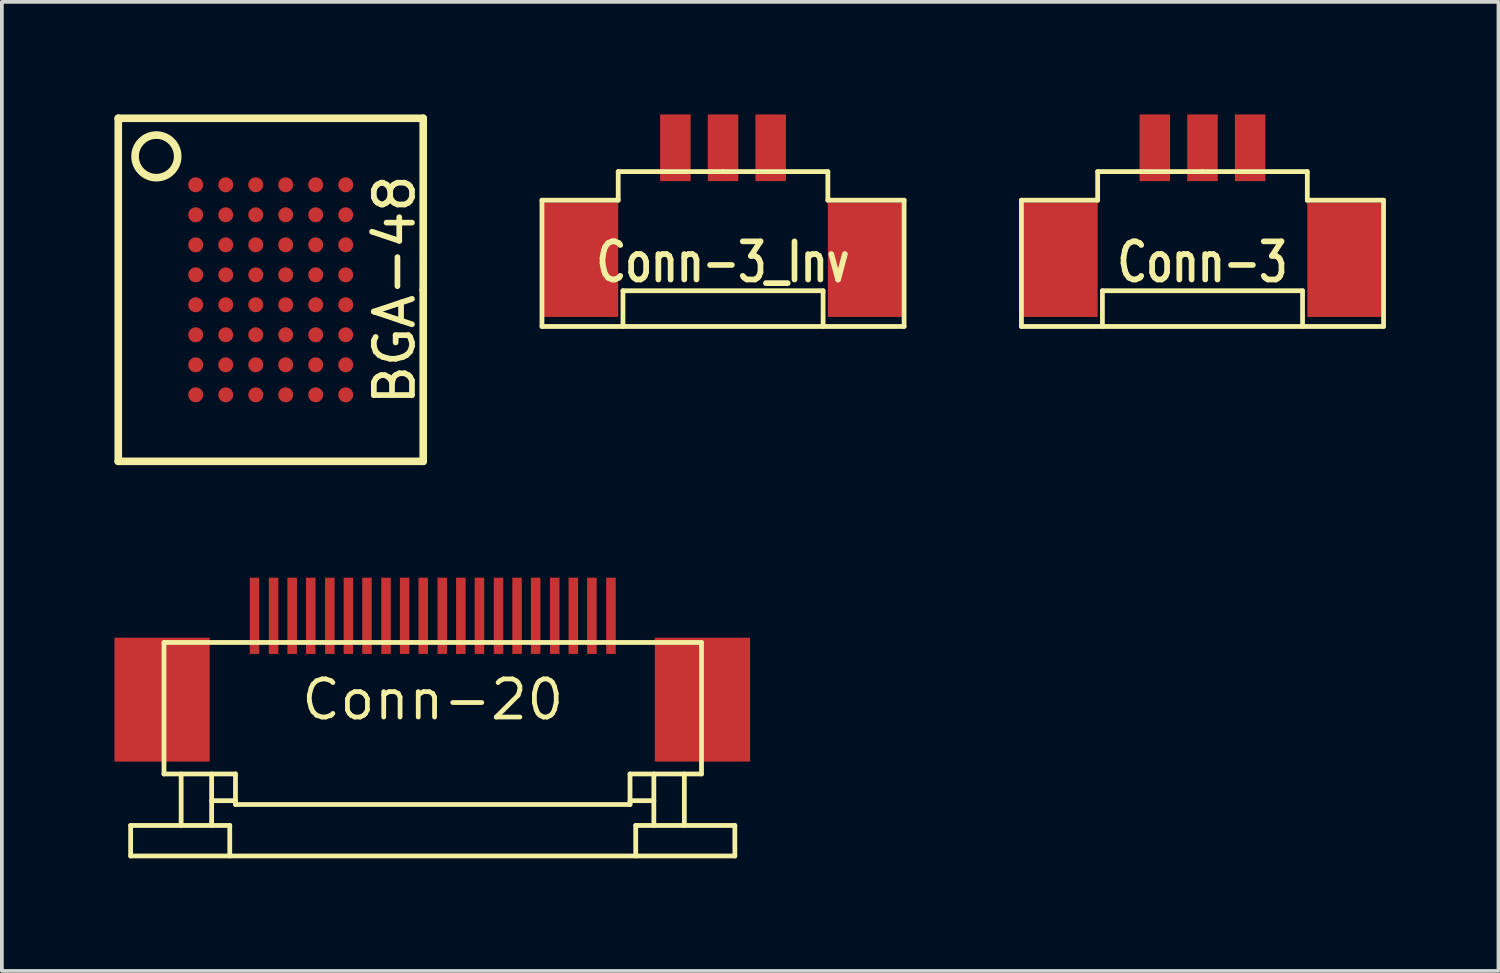
<source format=kicad_pcb>
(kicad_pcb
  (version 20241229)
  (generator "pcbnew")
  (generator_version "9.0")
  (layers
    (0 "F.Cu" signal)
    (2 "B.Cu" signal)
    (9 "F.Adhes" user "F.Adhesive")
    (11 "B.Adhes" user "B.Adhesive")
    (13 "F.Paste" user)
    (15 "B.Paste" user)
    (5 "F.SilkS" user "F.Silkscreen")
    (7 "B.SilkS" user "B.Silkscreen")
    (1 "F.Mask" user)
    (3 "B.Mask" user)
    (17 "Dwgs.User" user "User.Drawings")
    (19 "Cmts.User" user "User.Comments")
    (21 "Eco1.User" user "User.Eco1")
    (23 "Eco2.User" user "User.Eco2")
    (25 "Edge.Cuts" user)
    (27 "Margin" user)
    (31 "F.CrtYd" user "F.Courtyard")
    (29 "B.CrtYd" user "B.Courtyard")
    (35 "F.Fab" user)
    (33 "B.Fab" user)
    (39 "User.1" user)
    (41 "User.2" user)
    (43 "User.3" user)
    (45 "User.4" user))
  (footprint "Conn-3_Inv"
    (layer "F.Cu")
    (at 16.221 4.318)
    (property "Reference" "Conn-3_Inv" (at 0 -0.381 0) (layer "F.SilkS") (effects (font (size 1.016 0.762) (thickness 0.152))))
    (attr smd)
    (fp_line (start -4.826 -2.032) (end -2.794 -2.032) (stroke (width 0.127) (type solid)) (layer "F.SilkS"))
    (fp_line (start -4.826 1.333) (end -4.826 -2.032) (stroke (width 0.127) (type solid)) (layer "F.SilkS"))
    (fp_line (start -2.794 -2.794) (end 0 -2.794) (stroke (width 0.127) (type solid)) (layer "F.SilkS"))
    (fp_line (start -2.794 -2.032) (end -2.794 -2.794) (stroke (width 0.127) (type solid)) (layer "F.SilkS"))
    (fp_line (start -2.667 0.381) (end -2.667 1.333) (stroke (width 0.127) (type solid)) (layer "F.SilkS"))
    (fp_line (start 0 -2.794) (end 2.794 -2.794) (stroke (width 0.127) (type solid)) (layer "F.SilkS"))
    (fp_line (start 2.667 0.381) (end -2.667 0.381) (stroke (width 0.127) (type solid)) (layer "F.SilkS"))
    (fp_line (start 2.667 1.333) (end 2.667 0.381) (stroke (width 0.127) (type solid)) (layer "F.SilkS"))
    (fp_line (start 2.794 -2.794) (end 2.794 -2.032) (stroke (width 0.127) (type solid)) (layer "F.SilkS"))
    (fp_line (start 2.794 -2.032) (end 4.826 -2.032) (stroke (width 0.127) (type solid)) (layer "F.SilkS"))
    (fp_line (start 4.826 -2.032) (end 4.826 1.333) (stroke (width 0.127) (type solid)) (layer "F.SilkS"))
    (fp_line (start 4.826 1.333) (end -4.826 1.333) (stroke (width 0.127) (type solid)) (layer "F.SilkS"))
    (pad "" smd rect (at -3.81 -0.445) (size 2.032 3.048) (layers "F.Cu" "F.Mask" "F.Paste"))
    (pad "" smd rect (at 3.81 -0.445) (size 2.032 3.048) (layers "F.Cu" "F.Mask" "F.Paste"))
    (pad "1" smd rect (at 1.27 -3.429) (size 0.813 1.778) (layers "F.Cu" "F.Mask" "F.Paste"))
    (pad "2" smd rect (at 0 -3.429) (size 0.813 1.778) (layers "F.Cu" "F.Mask" "F.Paste"))
    (pad "3" smd rect (at -1.27 -3.429) (size 0.813 1.778) (layers "F.Cu" "F.Mask" "F.Paste")))
  (footprint "BGA-48"
    (layer "F.Cu")
    (at 4.166 4.674)
    (property "Reference" "BGA-48" (at 3.302 0 90) (layer "F.SilkS") (effects (font (size 1.016 1.016) (thickness 0.152))))
    (attr smd)
    (fp_line (start -4.064 -4.572) (end 4.064 -4.572) (stroke (width 0.203) (type solid)) (layer "F.SilkS"))
    (fp_line (start -4.064 4.572) (end -4.064 -4.572) (stroke (width 0.203) (type solid)) (layer "F.SilkS"))
    (fp_line (start 4.064 -4.572) (end 4.064 0) (stroke (width 0.203) (type solid)) (layer "F.SilkS"))
    (fp_line (start 4.064 0) (end 4.064 4.572) (stroke (width 0.203) (type solid)) (layer "F.SilkS"))
    (fp_line (start 4.064 4.572) (end -4.064 4.572) (stroke (width 0.203) (type solid)) (layer "F.SilkS"))
    (fp_circle (center -3.048 -3.556) (end -3.302 -4.064) (stroke (width 0.203) (type solid)) (fill no) (layer "F.SilkS"))
    (pad "A1" smd circle (at -1.999 -2.799) (size 0.399 0.399) (layers "F.Cu" "F.Mask" "F.Paste"))
    (pad "A2" smd circle (at -1.199 -2.799) (size 0.399 0.399) (layers "F.Cu" "F.Mask" "F.Paste"))
    (pad "A3" smd circle (at -0.399 -2.799) (size 0.399 0.399) (layers "F.Cu" "F.Mask" "F.Paste"))
    (pad "A4" smd circle (at 0.399 -2.799) (size 0.399 0.399) (layers "F.Cu" "F.Mask" "F.Paste"))
    (pad "A5" smd circle (at 1.199 -2.799) (size 0.399 0.399) (layers "F.Cu" "F.Mask" "F.Paste"))
    (pad "A6" smd circle (at 1.999 -2.799) (size 0.399 0.399) (layers "F.Cu" "F.Mask" "F.Paste"))
    (pad "B1" smd circle (at -1.999 -1.999) (size 0.399 0.399) (layers "F.Cu" "F.Mask" "F.Paste"))
    (pad "B2" smd circle (at -1.199 -1.999) (size 0.399 0.399) (layers "F.Cu" "F.Mask" "F.Paste"))
    (pad "B3" smd circle (at -0.399 -1.999) (size 0.399 0.399) (layers "F.Cu" "F.Mask" "F.Paste"))
    (pad "B4" smd circle (at 0.399 -1.999) (size 0.399 0.399) (layers "F.Cu" "F.Mask" "F.Paste"))
    (pad "B5" smd circle (at 1.199 -1.999) (size 0.399 0.399) (layers "F.Cu" "F.Mask" "F.Paste"))
    (pad "B6" smd circle (at 1.999 -1.999) (size 0.399 0.399) (layers "F.Cu" "F.Mask" "F.Paste"))
    (pad "C1" smd circle (at -1.999 -1.199) (size 0.399 0.399) (layers "F.Cu" "F.Mask" "F.Paste"))
    (pad "C2" smd circle (at -1.199 -1.199) (size 0.399 0.399) (layers "F.Cu" "F.Mask" "F.Paste"))
    (pad "C3" smd circle (at -0.399 -1.199) (size 0.399 0.399) (layers "F.Cu" "F.Mask" "F.Paste"))
    (pad "C4" smd circle (at 0.399 -1.199) (size 0.399 0.399) (layers "F.Cu" "F.Mask" "F.Paste"))
    (pad "C5" smd circle (at 1.199 -1.199) (size 0.399 0.399) (layers "F.Cu" "F.Mask" "F.Paste"))
    (pad "C6" smd circle (at 1.999 -1.199) (size 0.399 0.399) (layers "F.Cu" "F.Mask" "F.Paste"))
    (pad "D1" smd circle (at -1.999 -0.399) (size 0.399 0.399) (layers "F.Cu" "F.Mask" "F.Paste"))
    (pad "D2" smd circle (at -1.199 -0.399) (size 0.399 0.399) (layers "F.Cu" "F.Mask" "F.Paste"))
    (pad "D3" smd circle (at -0.399 -0.399) (size 0.399 0.399) (layers "F.Cu" "F.Mask" "F.Paste"))
    (pad "D4" smd circle (at 0.399 -0.399) (size 0.399 0.399) (layers "F.Cu" "F.Mask" "F.Paste"))
    (pad "D5" smd circle (at 1.199 -0.399) (size 0.399 0.399) (layers "F.Cu" "F.Mask" "F.Paste"))
    (pad "D6" smd circle (at 1.999 -0.399) (size 0.399 0.399) (layers "F.Cu" "F.Mask" "F.Paste"))
    (pad "E1" smd circle (at -1.999 0.399) (size 0.399 0.399) (layers "F.Cu" "F.Mask" "F.Paste"))
    (pad "E2" smd circle (at -1.199 0.399) (size 0.399 0.399) (layers "F.Cu" "F.Mask" "F.Paste"))
    (pad "E3" smd circle (at -0.399 0.399) (size 0.399 0.399) (layers "F.Cu" "F.Mask" "F.Paste"))
    (pad "E4" smd circle (at 0.399 0.399) (size 0.399 0.399) (layers "F.Cu" "F.Mask" "F.Paste"))
    (pad "E5" smd circle (at 1.199 0.399) (size 0.399 0.399) (layers "F.Cu" "F.Mask" "F.Paste"))
    (pad "E6" smd circle (at 1.999 0.399) (size 0.399 0.399) (layers "F.Cu" "F.Mask" "F.Paste"))
    (pad "F1" smd circle (at -1.999 1.199) (size 0.399 0.399) (layers "F.Cu" "F.Mask" "F.Paste"))
    (pad "F2" smd circle (at -1.199 1.199) (size 0.399 0.399) (layers "F.Cu" "F.Mask" "F.Paste"))
    (pad "F3" smd circle (at -0.399 1.199) (size 0.399 0.399) (layers "F.Cu" "F.Mask" "F.Paste"))
    (pad "F4" smd circle (at 0.399 1.199) (size 0.399 0.399) (layers "F.Cu" "F.Mask" "F.Paste"))
    (pad "F5" smd circle (at 1.199 1.199) (size 0.399 0.399) (layers "F.Cu" "F.Mask" "F.Paste"))
    (pad "F6" smd circle (at 1.999 1.199) (size 0.399 0.399) (layers "F.Cu" "F.Mask" "F.Paste"))
    (pad "G1" smd circle (at -1.999 1.999) (size 0.399 0.399) (layers "F.Cu" "F.Mask" "F.Paste"))
    (pad "G2" smd circle (at -1.199 1.999) (size 0.399 0.399) (layers "F.Cu" "F.Mask" "F.Paste"))
    (pad "G3" smd circle (at -0.399 1.999) (size 0.399 0.399) (layers "F.Cu" "F.Mask" "F.Paste"))
    (pad "G4" smd circle (at 0.399 1.999) (size 0.399 0.399) (layers "F.Cu" "F.Mask" "F.Paste"))
    (pad "G5" smd circle (at 1.199 1.999) (size 0.399 0.399) (layers "F.Cu" "F.Mask" "F.Paste"))
    (pad "G6" smd circle (at 1.999 1.999) (size 0.399 0.399) (layers "F.Cu" "F.Mask" "F.Paste"))
    (pad "H1" smd circle (at -1.999 2.799) (size 0.399 0.399) (layers "F.Cu" "F.Mask" "F.Paste"))
    (pad "H2" smd circle (at -1.199 2.799) (size 0.399 0.399) (layers "F.Cu" "F.Mask" "F.Paste"))
    (pad "H3" smd circle (at -0.399 2.799) (size 0.399 0.399) (layers "F.Cu" "F.Mask" "F.Paste"))
    (pad "H4" smd circle (at 0.399 2.799) (size 0.399 0.399) (layers "F.Cu" "F.Mask" "F.Paste"))
    (pad "H5" smd circle (at 1.199 2.799) (size 0.399 0.399) (layers "F.Cu" "F.Mask" "F.Paste"))
    (pad "H6" smd circle (at 1.999 2.799) (size 0.399 0.399) (layers "F.Cu" "F.Mask" "F.Paste")))
  (footprint "Conn-20"
    (layer "F.Cu")
    (at 8.484 16.614)
    (property "Reference" "Conn-20" (at 0 -1.016 0) (layer "F.SilkS") (effects (font (size 1.016 1.016) (thickness 0.127))))
    (attr smd)
    (fp_line (start -8.052 2.337) (end -5.41 2.337) (stroke (width 0.127) (type solid)) (layer "F.SilkS"))
    (fp_line (start -8.052 3.15) (end -8.052 2.337) (stroke (width 0.127) (type solid)) (layer "F.SilkS"))
    (fp_line (start -8.052 3.15) (end 8.052 3.15) (stroke (width 0.127) (type solid)) (layer "F.SilkS"))
    (fp_line (start -7.163 -2.54) (end -7.163 0.965) (stroke (width 0.127) (type solid)) (layer "F.SilkS"))
    (fp_line (start -7.163 -2.54) (end 7.163 -2.54) (stroke (width 0.127) (type solid)) (layer "F.SilkS"))
    (fp_line (start -7.163 0.965) (end -5.258 0.965) (stroke (width 0.127) (type solid)) (layer "F.SilkS"))
    (fp_line (start -6.706 0.965) (end -6.706 2.337) (stroke (width 0.127) (type solid)) (layer "F.SilkS"))
    (fp_line (start -5.893 0.965) (end -5.893 2.337) (stroke (width 0.127) (type solid)) (layer "F.SilkS"))
    (fp_line (start -5.41 2.337) (end -5.41 3.15) (stroke (width 0.127) (type solid)) (layer "F.SilkS"))
    (fp_line (start -5.258 0.965) (end -5.258 1.778) (stroke (width 0.127) (type solid)) (layer "F.SilkS"))
    (fp_line (start -5.258 1.676) (end -5.893 1.676) (stroke (width 0.127) (type solid)) (layer "F.SilkS"))
    (fp_line (start -5.258 1.778) (end 5.258 1.778) (stroke (width 0.127) (type solid)) (layer "F.SilkS"))
    (fp_line (start 5.258 0.965) (end 7.163 0.965) (stroke (width 0.127) (type solid)) (layer "F.SilkS"))
    (fp_line (start 5.258 1.676) (end 5.893 1.676) (stroke (width 0.127) (type solid)) (layer "F.SilkS"))
    (fp_line (start 5.258 1.778) (end 5.258 0.965) (stroke (width 0.127) (type solid)) (layer "F.SilkS"))
    (fp_line (start 5.41 2.337) (end 5.41 3.15) (stroke (width 0.127) (type solid)) (layer "F.SilkS"))
    (fp_line (start 5.893 0.965) (end 5.893 2.337) (stroke (width 0.127) (type solid)) (layer "F.SilkS"))
    (fp_line (start 6.706 0.965) (end 6.706 2.337) (stroke (width 0.127) (type solid)) (layer "F.SilkS"))
    (fp_line (start 7.163 0.965) (end 7.163 -2.54) (stroke (width 0.127) (type solid)) (layer "F.SilkS"))
    (fp_line (start 8.052 2.337) (end 5.41 2.337) (stroke (width 0.127) (type solid)) (layer "F.SilkS"))
    (fp_line (start 8.052 3.15) (end 8.052 2.337) (stroke (width 0.127) (type solid)) (layer "F.SilkS"))
    (pad "" smd rect (at -7.214 -1.016) (size 2.54 3.302) (layers "F.Cu" "F.Mask" "F.Paste"))
    (pad "" smd rect (at 7.188 -1.016) (size 2.54 3.302) (layers "F.Cu" "F.Mask" "F.Paste"))
    (pad "1" smd rect (at -4.75 -3.251) (size 0.254 2.032) (layers "F.Cu" "F.Mask" "F.Paste"))
    (pad "2" smd rect (at -4.242 -3.251) (size 0.254 2.032) (layers "F.Cu" "F.Mask" "F.Paste"))
    (pad "3" smd rect (at -3.747 -3.251) (size 0.254 2.032) (layers "F.Cu" "F.Mask" "F.Paste"))
    (pad "4" smd rect (at -3.251 -3.251) (size 0.254 2.032) (layers "F.Cu" "F.Mask" "F.Paste"))
    (pad "5" smd rect (at -2.743 -3.251) (size 0.254 2.032) (layers "F.Cu" "F.Mask" "F.Paste"))
    (pad "6" smd rect (at -2.248 -3.251) (size 0.254 2.032) (layers "F.Cu" "F.Mask" "F.Paste"))
    (pad "7" smd rect (at -1.753 -3.251) (size 0.254 2.032) (layers "F.Cu" "F.Mask" "F.Paste"))
    (pad "8" smd rect (at -1.245 -3.251) (size 0.254 2.032) (layers "F.Cu" "F.Mask" "F.Paste"))
    (pad "9" smd rect (at -0.749 -3.251) (size 0.254 2.032) (layers "F.Cu" "F.Mask" "F.Paste"))
    (pad "10" smd rect (at -0.254 -3.251) (size 0.254 2.032) (layers "F.Cu" "F.Mask" "F.Paste"))
    (pad "11" smd rect (at 0.254 -3.251) (size 0.254 2.032) (layers "F.Cu" "F.Mask" "F.Paste"))
    (pad "12" smd rect (at 0.749 -3.251) (size 0.254 2.032) (layers "F.Cu" "F.Mask" "F.Paste"))
    (pad "13" smd rect (at 1.245 -3.251) (size 0.254 2.032) (layers "F.Cu" "F.Mask" "F.Paste"))
    (pad "14" smd rect (at 1.753 -3.251) (size 0.254 2.032) (layers "F.Cu" "F.Mask" "F.Paste"))
    (pad "15" smd rect (at 2.248 -3.251) (size 0.254 2.032) (layers "F.Cu" "F.Mask" "F.Paste"))
    (pad "16" smd rect (at 2.743 -3.251) (size 0.254 2.032) (layers "F.Cu" "F.Mask" "F.Paste"))
    (pad "17" smd rect (at 3.251 -3.251) (size 0.254 2.032) (layers "F.Cu" "F.Mask" "F.Paste"))
    (pad "18" smd rect (at 3.747 -3.251) (size 0.254 2.032) (layers "F.Cu" "F.Mask" "F.Paste"))
    (pad "19" smd rect (at 4.242 -3.251) (size 0.254 2.032) (layers "F.Cu" "F.Mask" "F.Paste"))
    (pad "20" smd rect (at 4.75 -3.251) (size 0.254 2.032) (layers "F.Cu" "F.Mask" "F.Paste")))
  (footprint "Conn-3"
    (layer "F.Cu")
    (at 29 4.318)
    (property "Reference" "Conn-3" (at 0 -0.381 0) (layer "F.SilkS") (effects (font (size 1.016 0.762) (thickness 0.152))))
    (attr smd)
    (fp_line (start -4.826 -2.032) (end -2.794 -2.032) (stroke (width 0.127) (type solid)) (layer "F.SilkS"))
    (fp_line (start -4.826 1.333) (end -4.826 -2.032) (stroke (width 0.127) (type solid)) (layer "F.SilkS"))
    (fp_line (start -2.794 -2.794) (end 0 -2.794) (stroke (width 0.127) (type solid)) (layer "F.SilkS"))
    (fp_line (start -2.794 -2.032) (end -2.794 -2.794) (stroke (width 0.127) (type solid)) (layer "F.SilkS"))
    (fp_line (start -2.667 0.381) (end -2.667 1.333) (stroke (width 0.127) (type solid)) (layer "F.SilkS"))
    (fp_line (start 0 -2.794) (end 2.794 -2.794) (stroke (width 0.127) (type solid)) (layer "F.SilkS"))
    (fp_line (start 2.667 0.381) (end -2.667 0.381) (stroke (width 0.127) (type solid)) (layer "F.SilkS"))
    (fp_line (start 2.667 1.333) (end 2.667 0.381) (stroke (width 0.127) (type solid)) (layer "F.SilkS"))
    (fp_line (start 2.794 -2.794) (end 2.794 -2.032) (stroke (width 0.127) (type solid)) (layer "F.SilkS"))
    (fp_line (start 2.794 -2.032) (end 4.826 -2.032) (stroke (width 0.127) (type solid)) (layer "F.SilkS"))
    (fp_line (start 4.826 -2.032) (end 4.826 1.333) (stroke (width 0.127) (type solid)) (layer "F.SilkS"))
    (fp_line (start 4.826 1.333) (end -4.826 1.333) (stroke (width 0.127) (type solid)) (layer "F.SilkS"))
    (pad "" smd rect (at -3.81 -0.445) (size 2.032 3.048) (layers "F.Cu" "F.Mask" "F.Paste"))
    (pad "" smd rect (at 3.81 -0.445) (size 2.032 3.048) (layers "F.Cu" "F.Mask" "F.Paste"))
    (pad "1" smd rect (at -1.27 -3.429) (size 0.813 1.778) (layers "F.Cu" "F.Mask" "F.Paste"))
    (pad "2" smd rect (at 0 -3.429) (size 0.813 1.778) (layers "F.Cu" "F.Mask" "F.Paste"))
    (pad "3" smd rect (at 1.27 -3.429) (size 0.813 1.778) (layers "F.Cu" "F.Mask" "F.Paste")))
  (gr_rect
    (start -3 -3)
    (end 36.889 22.828)
    (stroke (width 0.1) (type default))
    (fill no)
    (layer "Edge.Cuts")))
</source>
